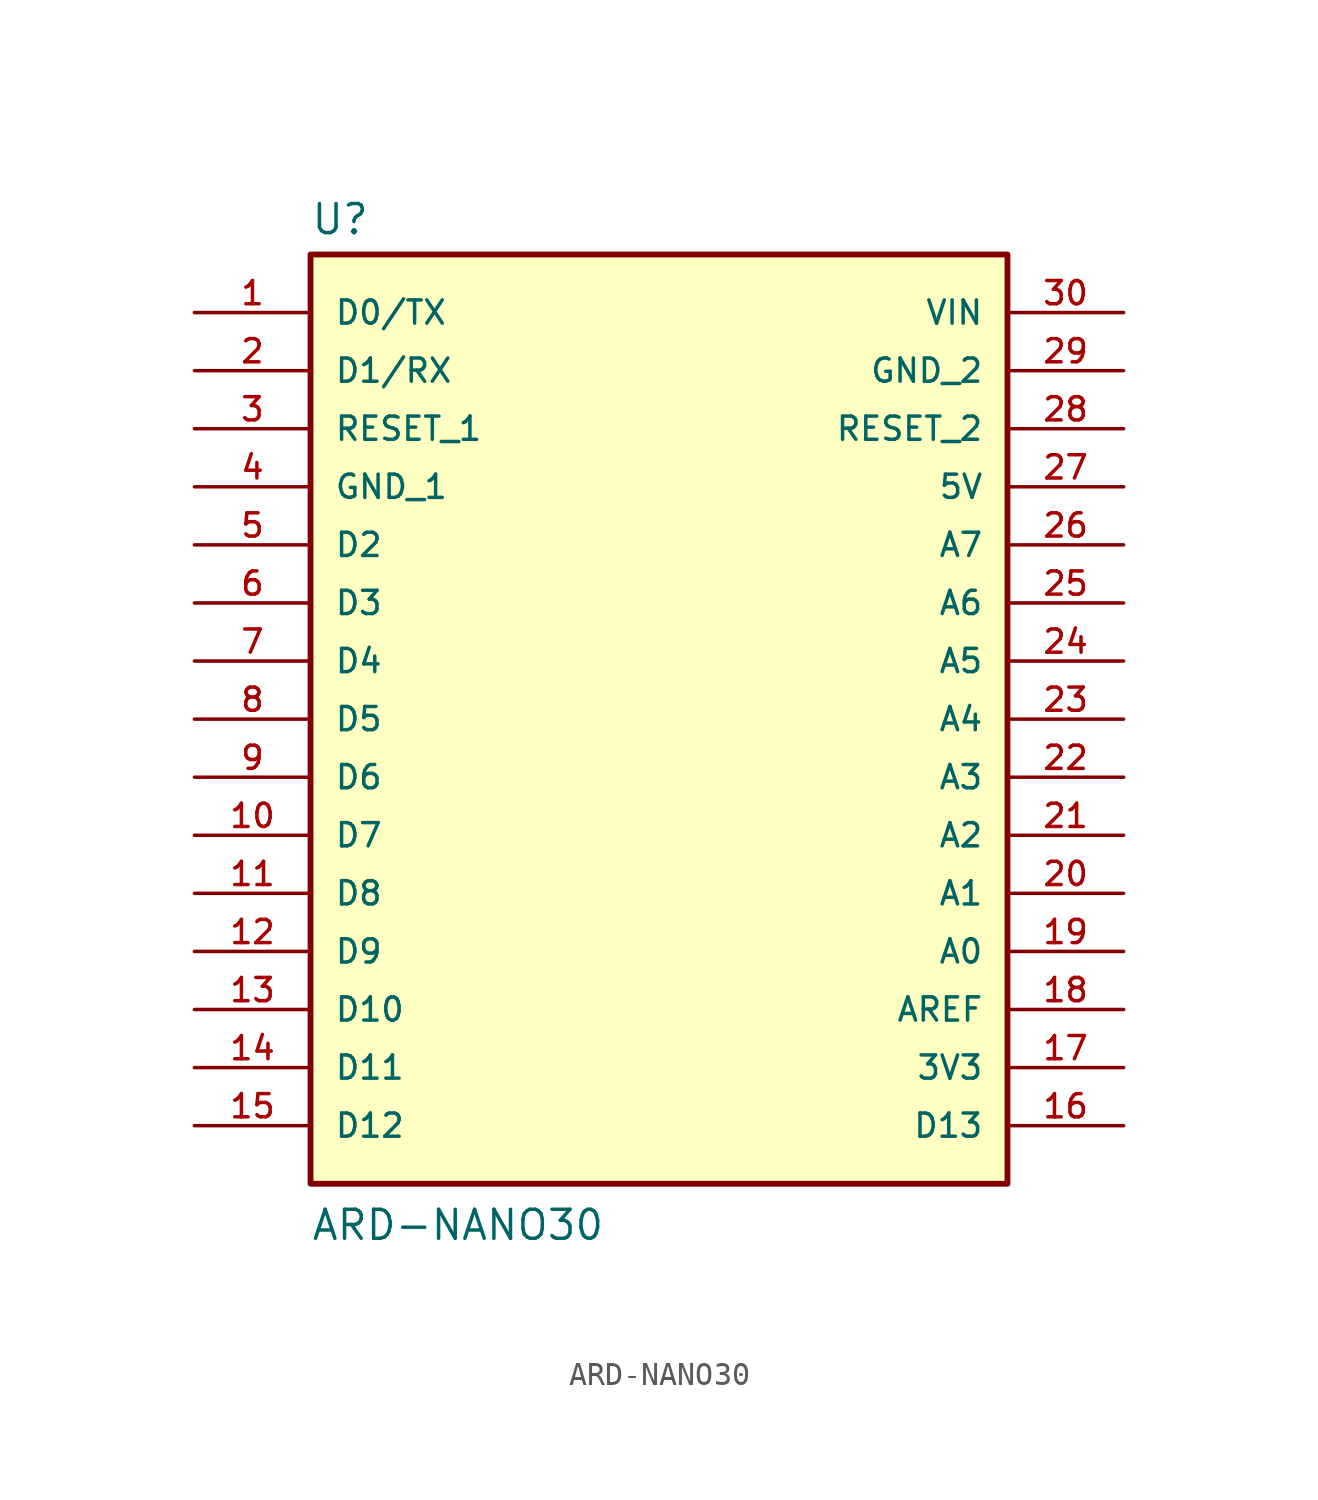
<source format=kicad_sym>
(kicad_symbol_lib
  (version 20211014)
  (generator kicad_symbol_editor)
  (symbol "ARD-NANO30"
    (pin_names
      (offset 1.016))
    (property "Reference" "U"
      (at -15.253 21.115 0)
      (effects (font (size 1.27 1.27)) (justify bottom left)))
    (property "Value" "ARD-NANO30"
      (at -15.243 -22.869 0)
      (effects (font (size 1.27 1.27)) (justify bottom left)))
    (symbol "ARD-NANO30_0_0"
      (rectangle (start -15.24 -20.32) (end 15.24 20.32) (stroke (width 0.254)) (fill (type background)))
      (pin bidirectional line (at -20.32 15.24 0) (length 5.08) (name "D1/RX" (effects (font (size 1.016 1.016)))) (number "2" (effects (font (size 1.016 1.016)))))
      (pin bidirectional line (at -20.32 17.78 0) (length 5.08) (name "D0/TX" (effects (font (size 1.016 1.016)))) (number "1" (effects (font (size 1.016 1.016)))))
      (pin bidirectional line (at -20.32 7.62 0) (length 5.08) (name "D2" (effects (font (size 1.016 1.016)))) (number "5" (effects (font (size 1.016 1.016)))))
      (pin bidirectional line (at -20.32 5.08 0) (length 5.08) (name "D3" (effects (font (size 1.016 1.016)))) (number "6" (effects (font (size 1.016 1.016)))))
      (pin bidirectional line (at -20.32 2.54 0) (length 5.08) (name "D4" (effects (font (size 1.016 1.016)))) (number "7" (effects (font (size 1.016 1.016)))))
      (pin bidirectional line (at -20.32 0.0 0) (length 5.08) (name "D5" (effects (font (size 1.016 1.016)))) (number "8" (effects (font (size 1.016 1.016)))))
      (pin bidirectional line (at -20.32 -2.54 0) (length 5.08) (name "D6" (effects (font (size 1.016 1.016)))) (number "9" (effects (font (size 1.016 1.016)))))
      (pin bidirectional line (at -20.32 -5.08 0) (length 5.08) (name "D7" (effects (font (size 1.016 1.016)))) (number "10" (effects (font (size 1.016 1.016)))))
      (pin bidirectional line (at -20.32 -7.62 0) (length 5.08) (name "D8" (effects (font (size 1.016 1.016)))) (number "11" (effects (font (size 1.016 1.016)))))
      (pin bidirectional line (at -20.32 -10.16 0) (length 5.08) (name "D9" (effects (font (size 1.016 1.016)))) (number "12" (effects (font (size 1.016 1.016)))))
      (pin bidirectional line (at -20.32 -12.7 0) (length 5.08) (name "D10" (effects (font (size 1.016 1.016)))) (number "13" (effects (font (size 1.016 1.016)))))
      (pin bidirectional line (at -20.32 -15.24 0) (length 5.08) (name "D11" (effects (font (size 1.016 1.016)))) (number "14" (effects (font (size 1.016 1.016)))))
      (pin bidirectional line (at -20.32 -17.78 0) (length 5.08) (name "D12" (effects (font (size 1.016 1.016)))) (number "15" (effects (font (size 1.016 1.016)))))
      (pin bidirectional line (at 20.32 -17.78 180.0) (length 5.08) (name "D13" (effects (font (size 1.016 1.016)))) (number "16" (effects (font (size 1.016 1.016)))))
      (pin input line (at 20.32 7.62 180.0) (length 5.08) (name "A7" (effects (font (size 1.016 1.016)))) (number "26" (effects (font (size 1.016 1.016)))))
      (pin input line (at 20.32 5.08 180.0) (length 5.08) (name "A6" (effects (font (size 1.016 1.016)))) (number "25" (effects (font (size 1.016 1.016)))))
      (pin input line (at 20.32 2.54 180.0) (length 5.08) (name "A5" (effects (font (size 1.016 1.016)))) (number "24" (effects (font (size 1.016 1.016)))))
      (pin input line (at 20.32 0.0 180.0) (length 5.08) (name "A4" (effects (font (size 1.016 1.016)))) (number "23" (effects (font (size 1.016 1.016)))))
      (pin input line (at 20.32 -2.54 180.0) (length 5.08) (name "A3" (effects (font (size 1.016 1.016)))) (number "22" (effects (font (size 1.016 1.016)))))
      (pin input line (at 20.32 -5.08 180.0) (length 5.08) (name "A2" (effects (font (size 1.016 1.016)))) (number "21" (effects (font (size 1.016 1.016)))))
      (pin input line (at 20.32 -7.62 180.0) (length 5.08) (name "A1" (effects (font (size 1.016 1.016)))) (number "20" (effects (font (size 1.016 1.016)))))
      (pin input line (at 20.32 -10.16 180.0) (length 5.08) (name "A0" (effects (font (size 1.016 1.016)))) (number "19" (effects (font (size 1.016 1.016)))))
      (pin input line (at 20.32 -12.7 180.0) (length 5.08) (name "AREF" (effects (font (size 1.016 1.016)))) (number "18" (effects (font (size 1.016 1.016)))))
      (pin input line (at -20.32 12.7 0) (length 5.08) (name "RESET_1" (effects (font (size 1.016 1.016)))) (number "3" (effects (font (size 1.016 1.016)))))
      (pin power_in line (at 20.32 17.78 180.0) (length 5.08) (name "VIN" (effects (font (size 1.016 1.016)))) (number "30" (effects (font (size 1.016 1.016)))))
      (pin power_in line (at 20.32 15.24 180.0) (length 5.08) (name "GND_2" (effects (font (size 1.016 1.016)))) (number "29" (effects (font (size 1.016 1.016)))))
      (pin power_in line (at 20.32 -15.24 180.0) (length 5.08) (name "3V3" (effects (font (size 1.016 1.016)))) (number "17" (effects (font (size 1.016 1.016)))))
      (pin power_in line (at 20.32 10.16 180.0) (length 5.08) (name "5V" (effects (font (size 1.016 1.016)))) (number "27" (effects (font (size 1.016 1.016)))))
      (pin power_in line (at -20.32 10.16 0) (length 5.08) (name "GND_1" (effects (font (size 1.016 1.016)))) (number "4" (effects (font (size 1.016 1.016)))))
      (pin input line (at 20.32 12.7 180.0) (length 5.08) (name "RESET_2" (effects (font (size 1.016 1.016)))) (number "28" (effects (font (size 1.016 1.016))))))))
</source>
